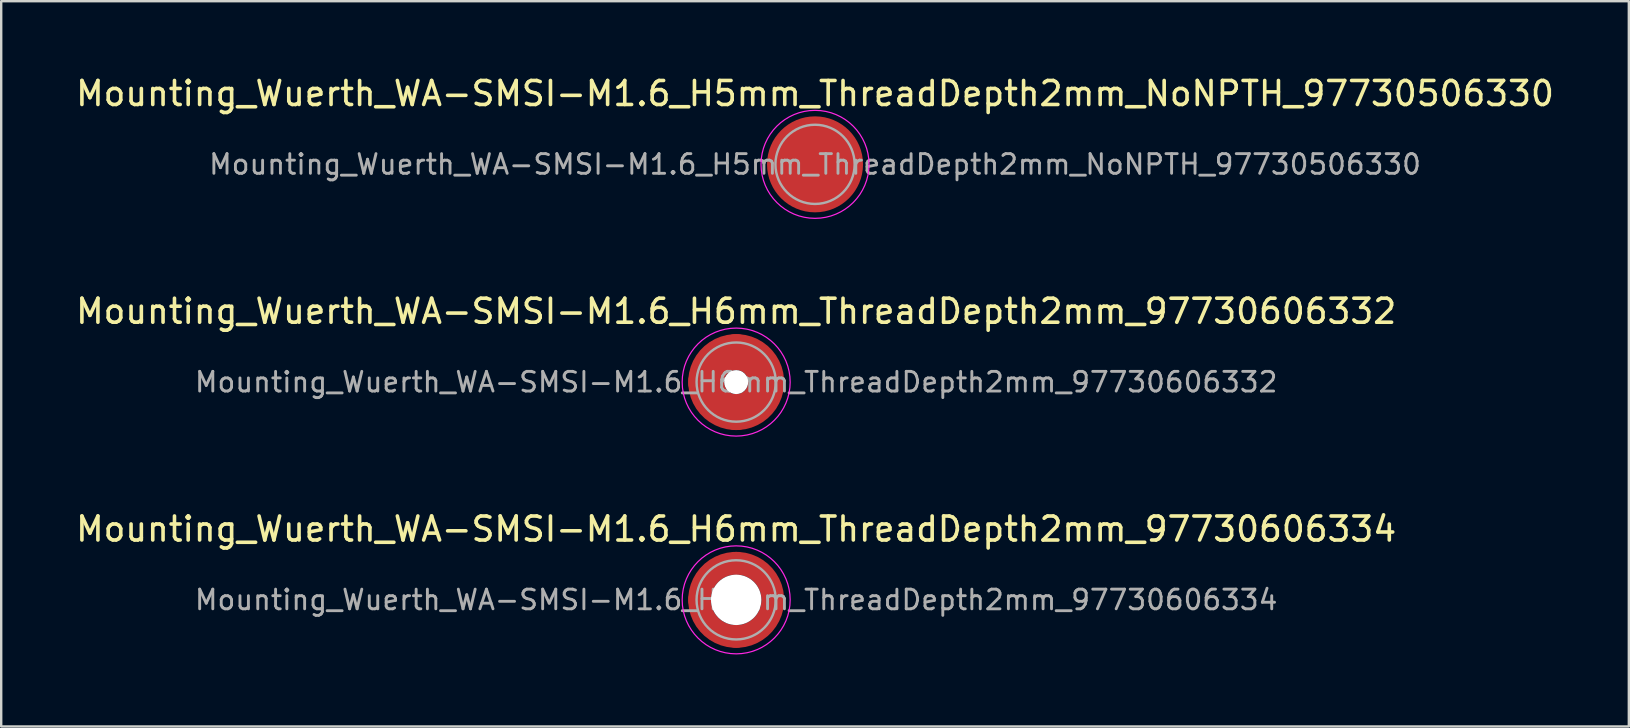
<source format=kicad_pcb>
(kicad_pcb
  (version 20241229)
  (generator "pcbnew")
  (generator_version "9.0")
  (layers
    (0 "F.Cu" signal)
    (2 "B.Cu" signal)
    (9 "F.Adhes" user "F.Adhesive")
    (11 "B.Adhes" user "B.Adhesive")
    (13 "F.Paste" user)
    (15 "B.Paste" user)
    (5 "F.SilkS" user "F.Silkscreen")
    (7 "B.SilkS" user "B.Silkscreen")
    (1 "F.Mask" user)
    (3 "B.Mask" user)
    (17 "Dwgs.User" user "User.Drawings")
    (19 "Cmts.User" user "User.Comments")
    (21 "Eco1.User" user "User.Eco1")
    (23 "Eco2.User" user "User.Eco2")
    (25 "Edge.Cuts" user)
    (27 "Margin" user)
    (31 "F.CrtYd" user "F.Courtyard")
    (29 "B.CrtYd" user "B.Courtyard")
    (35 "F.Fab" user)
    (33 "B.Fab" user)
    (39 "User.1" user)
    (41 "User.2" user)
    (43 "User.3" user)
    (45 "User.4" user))
  (footprint "Mounting_Wuerth_WA-SMSI-M1.6_H5mm_ThreadDepth2mm_NoNPTH_97730506330"
    (layer "F.Cu")
    (at 30.911 3.798)
    (property "Reference" "Mounting_Wuerth_WA-SMSI-M1.6_H5mm_ThreadDepth2mm_NoNPTH_97730506330" (at 0 -2.95 0) (layer "F.SilkS") (effects (font (size 1 1) (thickness 0.15))))
    (attr smd)
    (fp_circle (center 0 0) (end 2.25 0) (stroke (width 0.05) (type solid)) (fill no) (layer "F.CrtYd"))
    (fp_circle (center 0 0) (end 1.65 0) (stroke (width 0.1) (type solid)) (fill no) (layer "F.Fab"))
    (fp_text user "${REFERENCE}" (at 0 0 0) (layer "F.Fab") (effects (font (size 0.82 0.82) (thickness 0.12))))
    (pad "" smd custom (at -0.778 -0.778) (size 0.8 0.8) (layers "F.Paste") (options (anchor circle)) (primitives (gr_arc (start 0.465568 0.527817) (mid 0.494975 0.494974) (end 0.527818 0.465567) (width 0.2)) (gr_arc (start 0.344805 0.527817) (mid 0.424264 0.424264) (end 0.527818 0.344805) (width 0.2)) (gr_arc (start 0.232382 0.527817) (mid 0.353553 0.353553) (end 0.527817 0.232382) (width 0.2)) (gr_arc (start 0.123983 0.527817) (mid 0.282843 0.282842) (end 0.527818 0.123983) (width 0.2)) (gr_arc (start 0.017883 0.527817) (mid 0.212132 0.212132) (end 0.527817 0.017883) (width 0.2)) (gr_arc (start -0.086763 0.527817) (mid 0.141421 0.141421) (end 0.527817 -0.086763) (width 0.2)) (gr_arc (start -0.190428 0.527817) (mid 0.070711 0.070711) (end 0.527817 -0.190428) (width 0.2)) (gr_arc (start -0.293397 0.527817) (mid 0 0) (end 0.527817 -0.293397) (width 0.2)) (gr_arc (start -0.395852 0.527817) (mid -0.070711 -0.070711) (end 0.527817 -0.395852) (width 0.2)) (gr_arc (start -0.497918 0.527817) (mid -0.141422 -0.141422) (end 0.527817 -0.497918) (width 0.2)) (gr_arc (start -0.59968 0.527817) (mid -0.212132 -0.212132) (end 0.527817 -0.59968) (width 0.2)) (gr_arc (start -0.701202 0.527817) (mid -0.282843 -0.282843) (end 0.527817 -0.701202) (width 0.2)) (gr_arc (start -0.802531 0.527817) (mid -0.353554 -0.353554) (end 0.527817 -0.802531) (width 0.2)) (gr_arc (start -0.9037 0.527817) (mid -0.424264 -0.424264) (end 0.527817 -0.9037) (width 0.2)) (gr_arc (start -1.004737 0.527817) (mid -0.494975 -0.494975) (end 0.527817 -1.004737) (width 0.2)) (gr_line (start 0.528 0.466) (end 0.528 -1.005) (width 0.2)) (gr_line (start 0.466 0.528) (end -1.005 0.528) (width 0.2))))
    (pad "" smd custom (at -0.778 0.778) (size 0.8 0.8) (layers "F.Paste") (options (anchor circle)) (primitives (gr_arc (start 0.527817 -0.465568) (mid 0.494974 -0.494975) (end 0.465567 -0.527818) (width 0.2)) (gr_arc (start 0.527817 -0.344805) (mid 0.424264 -0.424264) (end 0.344805 -0.527818) (width 0.2)) (gr_arc (start 0.527817 -0.232382) (mid 0.353553 -0.353553) (end 0.232382 -0.527817) (width 0.2)) (gr_arc (start 0.527817 -0.123983) (mid 0.282842 -0.282843) (end 0.123983 -0.527818) (width 0.2)) (gr_arc (start 0.527817 -0.017883) (mid 0.212132 -0.212132) (end 0.017883 -0.527817) (width 0.2)) (gr_arc (start 0.527817 0.086763) (mid 0.141421 -0.141421) (end -0.086763 -0.527817) (width 0.2)) (gr_arc (start 0.527817 0.190428) (mid 0.070711 -0.070711) (end -0.190428 -0.527817) (width 0.2)) (gr_arc (start 0.527817 0.293397) (mid 0 0) (end -0.293397 -0.527817) (width 0.2)) (gr_arc (start 0.527817 0.395852) (mid -0.070711 0.070711) (end -0.395852 -0.527817) (width 0.2)) (gr_arc (start 0.527817 0.497918) (mid -0.141422 0.141422) (end -0.497918 -0.527817) (width 0.2)) (gr_arc (start 0.527817 0.59968) (mid -0.212132 0.212132) (end -0.59968 -0.527817) (width 0.2)) (gr_arc (start 0.527817 0.701202) (mid -0.282843 0.282843) (end -0.701202 -0.527817) (width 0.2)) (gr_arc (start 0.527817 0.802531) (mid -0.353554 0.353554) (end -0.802531 -0.527817) (width 0.2)) (gr_arc (start 0.527817 0.9037) (mid -0.424264 0.424264) (end -0.9037 -0.527817) (width 0.2)) (gr_arc (start 0.527817 1.004737) (mid -0.494975 0.494975) (end -1.004737 -0.527817) (width 0.2)) (gr_line (start 0.466 -0.528) (end -1.005 -0.528) (width 0.2)) (gr_line (start 0.528 -0.466) (end 0.528 1.005) (width 0.2))))
    (pad "" smd custom (at 0.778 -0.778) (size 0.8 0.8) (layers "F.Paste") (options (anchor circle)) (primitives (gr_arc (start -0.527817 0.465568) (mid -0.494974 0.494975) (end -0.465567 0.527818) (width 0.2)) (gr_arc (start -0.527817 0.344805) (mid -0.424264 0.424264) (end -0.344805 0.527818) (width 0.2)) (gr_arc (start -0.527817 0.232382) (mid -0.353553 0.353553) (end -0.232382 0.527817) (width 0.2)) (gr_arc (start -0.527817 0.123983) (mid -0.282842 0.282843) (end -0.123983 0.527818) (width 0.2)) (gr_arc (start -0.527817 0.017883) (mid -0.212132 0.212132) (end -0.017883 0.527817) (width 0.2)) (gr_arc (start -0.527817 -0.086763) (mid -0.141421 0.141421) (end 0.086763 0.527817) (width 0.2)) (gr_arc (start -0.527817 -0.190428) (mid -0.070711 0.070711) (end 0.190428 0.527817) (width 0.2)) (gr_arc (start -0.527817 -0.293397) (mid 0 0) (end 0.293397 0.527817) (width 0.2)) (gr_arc (start -0.527817 -0.395852) (mid 0.070711 -0.070711) (end 0.395852 0.527817) (width 0.2)) (gr_arc (start -0.527817 -0.497918) (mid 0.141422 -0.141422) (end 0.497918 0.527817) (width 0.2)) (gr_arc (start -0.527817 -0.59968) (mid 0.212132 -0.212132) (end 0.59968 0.527817) (width 0.2)) (gr_arc (start -0.527817 -0.701202) (mid 0.282843 -0.282843) (end 0.701202 0.527817) (width 0.2)) (gr_arc (start -0.527817 -0.802531) (mid 0.353554 -0.353554) (end 0.802531 0.527817) (width 0.2)) (gr_arc (start -0.527817 -0.9037) (mid 0.424264 -0.424264) (end 0.9037 0.527817) (width 0.2)) (gr_arc (start -0.527817 -1.004737) (mid 0.494975 -0.494975) (end 1.004737 0.527817) (width 0.2)) (gr_line (start -0.466 0.528) (end 1.005 0.528) (width 0.2)) (gr_line (start -0.528 0.466) (end -0.528 -1.005) (width 0.2))))
    (pad "" smd custom (at 0.778 0.778) (size 0.8 0.8) (layers "F.Paste") (options (anchor circle)) (primitives (gr_arc (start -0.465568 -0.527817) (mid -0.494975 -0.494974) (end -0.527818 -0.465567) (width 0.2)) (gr_arc (start -0.344805 -0.527817) (mid -0.424264 -0.424264) (end -0.527818 -0.344805) (width 0.2)) (gr_arc (start -0.232382 -0.527817) (mid -0.353553 -0.353553) (end -0.527817 -0.232382) (width 0.2)) (gr_arc (start -0.123983 -0.527817) (mid -0.282843 -0.282842) (end -0.527818 -0.123983) (width 0.2)) (gr_arc (start -0.017883 -0.527817) (mid -0.212132 -0.212132) (end -0.527817 -0.017883) (width 0.2)) (gr_arc (start 0.086763 -0.527817) (mid -0.141421 -0.141421) (end -0.527817 0.086763) (width 0.2)) (gr_arc (start 0.190428 -0.527817) (mid -0.070711 -0.070711) (end -0.527817 0.190428) (width 0.2)) (gr_arc (start 0.293397 -0.527817) (mid 0 0) (end -0.527817 0.293397) (width 0.2)) (gr_arc (start 0.395852 -0.527817) (mid 0.070711 0.070711) (end -0.527817 0.395852) (width 0.2)) (gr_arc (start 0.497918 -0.527817) (mid 0.141422 0.141422) (end -0.527817 0.497918) (width 0.2)) (gr_arc (start 0.59968 -0.527817) (mid 0.212132 0.212132) (end -0.527817 0.59968) (width 0.2)) (gr_arc (start 0.701202 -0.527817) (mid 0.282843 0.282843) (end -0.527817 0.701202) (width 0.2)) (gr_arc (start 0.802531 -0.527817) (mid 0.353554 0.353554) (end -0.527817 0.802531) (width 0.2)) (gr_arc (start 0.9037 -0.527817) (mid 0.424264 0.424264) (end -0.527817 0.9037) (width 0.2)) (gr_arc (start 1.004737 -0.527817) (mid 0.494975 0.494975) (end -0.527817 1.004737) (width 0.2)) (gr_line (start -0.528 -0.466) (end -0.528 1.005) (width 0.2)) (gr_line (start -0.466 -0.528) (end 1.005 -0.528) (width 0.2))))
    (pad "1" smd circle (at 0 0) (size 4 4) (layers "F.Cu" "F.Mask")))
  (footprint "Mounting_Wuerth_WA-SMSI-M1.6_H6mm_ThreadDepth2mm_97730606334"
    (layer "F.Cu")
    (at 27.625 21.945)
    (property "Reference" "Mounting_Wuerth_WA-SMSI-M1.6_H6mm_ThreadDepth2mm_97730606334" (at 0 -2.95 0) (layer "F.SilkS") (effects (font (size 1 1) (thickness 0.15))))
    (attr smd)
    (fp_circle (center 0 0) (end 2.25 0) (stroke (width 0.05) (type solid)) (fill no) (layer "F.CrtYd"))
    (fp_circle (center 0 0) (end 1.65 0) (stroke (width 0.1) (type solid)) (fill no) (layer "F.Fab"))
    (fp_text user "${REFERENCE}" (at 0 0 0) (layer "F.Fab") (effects (font (size 0.82 0.82) (thickness 0.12))))
    (pad "" smd custom (at -1.061 -1.061) (size 0.4 0.4) (layers "F.Paste") (options (anchor circle)) (primitives (gr_arc (start -0.101235 0.76066) (mid 0.212132 0.212132) (end 0.76066 -0.101235) (width 0.2)) (gr_arc (start -0.204251 0.76066) (mid 0.141421 0.141421) (end 0.76066 -0.204251) (width 0.2)) (gr_arc (start -0.306819 0.76066) (mid 0.070711 0.070711) (end 0.76066 -0.306819) (width 0.2)) (gr_arc (start -0.409034 0.76066) (mid 0 0) (end 0.76066 -0.409034) (width 0.2)) (gr_arc (start -0.510963 0.76066) (mid -0.070711 -0.070711) (end 0.76066 -0.510963) (width 0.2)) (gr_arc (start -0.61266 0.76066) (mid -0.141421 -0.141421) (end 0.76066 -0.61266) (width 0.2)) (gr_arc (start -0.714164 0.76066) (mid -0.212132 -0.212132) (end 0.76066 -0.714164) (width 0.2)) (gr_line (start 0.761 -0.101) (end 0.761 -0.714) (width 0.2)) (gr_line (start -0.101 0.761) (end -0.714 0.761) (width 0.2))))
    (pad "" smd custom (at -1.061 1.061) (size 0.4 0.4) (layers "F.Paste") (options (anchor circle)) (primitives (gr_arc (start 0.76066 0.101235) (mid 0.212132 -0.212132) (end -0.101235 -0.76066) (width 0.2)) (gr_arc (start 0.76066 0.204251) (mid 0.141421 -0.141421) (end -0.204251 -0.76066) (width 0.2)) (gr_arc (start 0.76066 0.306819) (mid 0.070711 -0.070711) (end -0.306819 -0.76066) (width 0.2)) (gr_arc (start 0.76066 0.409034) (mid 0 0) (end -0.409034 -0.76066) (width 0.2)) (gr_arc (start 0.76066 0.510963) (mid -0.070711 0.070711) (end -0.510963 -0.76066) (width 0.2)) (gr_arc (start 0.76066 0.61266) (mid -0.141421 0.141421) (end -0.61266 -0.76066) (width 0.2)) (gr_arc (start 0.76066 0.714164) (mid -0.212132 0.212132) (end -0.714164 -0.76066) (width 0.2)) (gr_line (start -0.101 -0.761) (end -0.714 -0.761) (width 0.2)) (gr_line (start 0.761 0.101) (end 0.761 0.714) (width 0.2))))
    (pad "" np_thru_hole circle (at 0 0) (size 2.1 2.1) (drill 2.1) (layers "*.Cu" "*.Mask"))
    (pad "" smd custom (at 1.061 -1.061) (size 0.4 0.4) (layers "F.Paste") (options (anchor circle)) (primitives (gr_arc (start -0.76066 -0.101235) (mid -0.212132 0.212132) (end 0.101235 0.76066) (width 0.2)) (gr_arc (start -0.76066 -0.204251) (mid -0.141421 0.141421) (end 0.204251 0.76066) (width 0.2)) (gr_arc (start -0.76066 -0.306819) (mid -0.070711 0.070711) (end 0.306819 0.76066) (width 0.2)) (gr_arc (start -0.76066 -0.409034) (mid 0 0) (end 0.409034 0.76066) (width 0.2)) (gr_arc (start -0.76066 -0.510963) (mid 0.070711 -0.070711) (end 0.510963 0.76066) (width 0.2)) (gr_arc (start -0.76066 -0.61266) (mid 0.141421 -0.141421) (end 0.61266 0.76066) (width 0.2)) (gr_arc (start -0.76066 -0.714164) (mid 0.212132 -0.212132) (end 0.714164 0.76066) (width 0.2)) (gr_line (start 0.101 0.761) (end 0.714 0.761) (width 0.2)) (gr_line (start -0.761 -0.101) (end -0.761 -0.714) (width 0.2))))
    (pad "" smd custom (at 1.061 1.061) (size 0.4 0.4) (layers "F.Paste") (options (anchor circle)) (primitives (gr_arc (start 0.101235 -0.76066) (mid -0.212132 -0.212132) (end -0.76066 0.101235) (width 0.2)) (gr_arc (start 0.204251 -0.76066) (mid -0.141421 -0.141421) (end -0.76066 0.204251) (width 0.2)) (gr_arc (start 0.306819 -0.76066) (mid -0.070711 -0.070711) (end -0.76066 0.306819) (width 0.2)) (gr_arc (start 0.409034 -0.76066) (mid 0 0) (end -0.76066 0.409034) (width 0.2)) (gr_arc (start 0.510963 -0.76066) (mid 0.070711 0.070711) (end -0.76066 0.510963) (width 0.2)) (gr_arc (start 0.61266 -0.76066) (mid 0.141421 0.141421) (end -0.76066 0.61266) (width 0.2)) (gr_arc (start 0.714164 -0.76066) (mid 0.212132 0.212132) (end -0.76066 0.714164) (width 0.2)) (gr_line (start -0.761 0.101) (end -0.761 0.714) (width 0.2)) (gr_line (start 0.101 -0.761) (end 0.714 -0.761) (width 0.2))))
    (pad "1" smd circle (at -1.525 0) (size 0.95 0.95) (layers "F.Cu"))
    (pad "1" smd circle (at 0 -1.525) (size 0.95 0.95) (layers "F.Cu"))
    (pad "1" smd circle (at 0 1.525) (size 0.95 0.95) (layers "F.Cu"))
    (pad "1" smd custom (at 1.525 0) (size 0.95 0.95) (layers "F.Cu" "F.Mask") (options (anchor circle)) (primitives (gr_circle (center -1.525 0) (end 0 0) (width 0.95) (fill no)))))
  (footprint "Mounting_Wuerth_WA-SMSI-M1.6_H6mm_ThreadDepth2mm_97730606332"
    (layer "F.Cu")
    (at 27.625 12.871)
    (property "Reference" "Mounting_Wuerth_WA-SMSI-M1.6_H6mm_ThreadDepth2mm_97730606332" (at 0 -2.95 0) (layer "F.SilkS") (effects (font (size 1 1) (thickness 0.15))))
    (attr smd)
    (fp_circle (center 0 0) (end 2.25 0) (stroke (width 0.05) (type solid)) (fill no) (layer "F.CrtYd"))
    (fp_circle (center 0 0) (end 1.65 0) (stroke (width 0.1) (type solid)) (fill no) (layer "F.Fab"))
    (fp_text user "${REFERENCE}" (at 0 0 0) (layer "F.Fab") (effects (font (size 0.82 0.82) (thickness 0.12))))
    (pad "" smd custom (at 0 -1.25) (size 1.3 1.3) (layers "F.Paste") (options (anchor circle)) (primitives (gr_arc (start -0.259808 0.6) (mid 0 0.55) (end 0.259807 0.6) (width 0.2)) (gr_arc (start -0.466369 0.6) (mid 0 0.45) (end 0.466369 0.6) (width 0.2)) (gr_arc (start -0.622495 0.6) (mid 0 0.35) (end 0.622495 0.6) (width 0.2)) (gr_arc (start -0.759934 0.6) (mid 0 0.25) (end 0.759934 0.6) (width 0.2)) (gr_arc (start -0.887412 0.6) (mid 0 0.15) (end 0.887412 0.6) (width 0.2)) (gr_arc (start -1.008712 0.6) (mid 0 0.05) (end 1.008712 0.6) (width 0.2)) (gr_arc (start -1.125833 0.6) (mid 0 -0.05) (end 1.125833 0.6) (width 0.2)) (gr_arc (start -1.23996 0.6) (mid 0 -0.15) (end 1.23996 0.6) (width 0.2)) (gr_arc (start -1.351851 0.6) (mid 0 -0.25) (end 1.351851 0.6) (width 0.2)) (gr_arc (start -1.462019 0.6) (mid 0 -0.35) (end 1.462019 0.6) (width 0.2)) (gr_arc (start -1.570828 0.6) (mid 0 -0.45) (end 1.570828 0.6) (width 0.2)) (gr_arc (start -1.678541 0.6) (mid 0 -0.55) (end 1.678541 0.6) (width 0.2)) (gr_line (start 0.26 0.6) (end 1.679 0.6) (width 0.2)) (gr_line (start -0.26 0.6) (end -1.679 0.6) (width 0.2))))
    (pad "" np_thru_hole circle (at 0 0) (size 1 1) (drill 1) (layers "*.Cu" "*.Mask"))
    (pad "" smd custom (at 0 1.25) (size 1.3 1.3) (layers "F.Paste") (options (anchor circle)) (primitives (gr_arc (start 0.259808 -0.6) (mid 0 -0.55) (end -0.259807 -0.6) (width 0.2)) (gr_arc (start 0.466369 -0.6) (mid 0 -0.45) (end -0.466369 -0.6) (width 0.2)) (gr_arc (start 0.622495 -0.6) (mid 0 -0.35) (end -0.622495 -0.6) (width 0.2)) (gr_arc (start 0.759934 -0.6) (mid 0 -0.25) (end -0.759934 -0.6) (width 0.2)) (gr_arc (start 0.887412 -0.6) (mid 0 -0.15) (end -0.887412 -0.6) (width 0.2)) (gr_arc (start 1.008712 -0.6) (mid 0 -0.05) (end -1.008712 -0.6) (width 0.2)) (gr_arc (start 1.125833 -0.6) (mid 0 0.05) (end -1.125833 -0.6) (width 0.2)) (gr_arc (start 1.23996 -0.6) (mid 0 0.15) (end -1.23996 -0.6) (width 0.2)) (gr_arc (start 1.351851 -0.6) (mid 0 0.25) (end -1.351851 -0.6) (width 0.2)) (gr_arc (start 1.462019 -0.6) (mid 0 0.35) (end -1.462019 -0.6) (width 0.2)) (gr_arc (start 1.570828 -0.6) (mid 0 0.45) (end -1.570828 -0.6) (width 0.2)) (gr_arc (start 1.678541 -0.6) (mid 0 0.55) (end -1.678541 -0.6) (width 0.2)) (gr_line (start -0.26 -0.6) (end -1.679 -0.6) (width 0.2)) (gr_line (start 0.26 -0.6) (end 1.679 -0.6) (width 0.2))))
    (pad "1" smd circle (at -1.25 0) (size 1.5 1.5) (layers "F.Cu"))
    (pad "1" smd circle (at 0 -1.25) (size 1.5 1.5) (layers "F.Cu"))
    (pad "1" smd circle (at 0 1.25) (size 1.5 1.5) (layers "F.Cu"))
    (pad "1" smd custom (at 1.25 0) (size 1.5 1.5) (layers "F.Cu" "F.Mask") (options (anchor circle)) (primitives (gr_circle (center -1.25 0) (end 0 0) (width 1.5) (fill no)))))
  (gr_rect
    (start -3 -3)
    (end 64.821 27.22)
    (stroke (width 0.1) (type default))
    (fill no)
    (layer "Edge.Cuts")))
</source>
